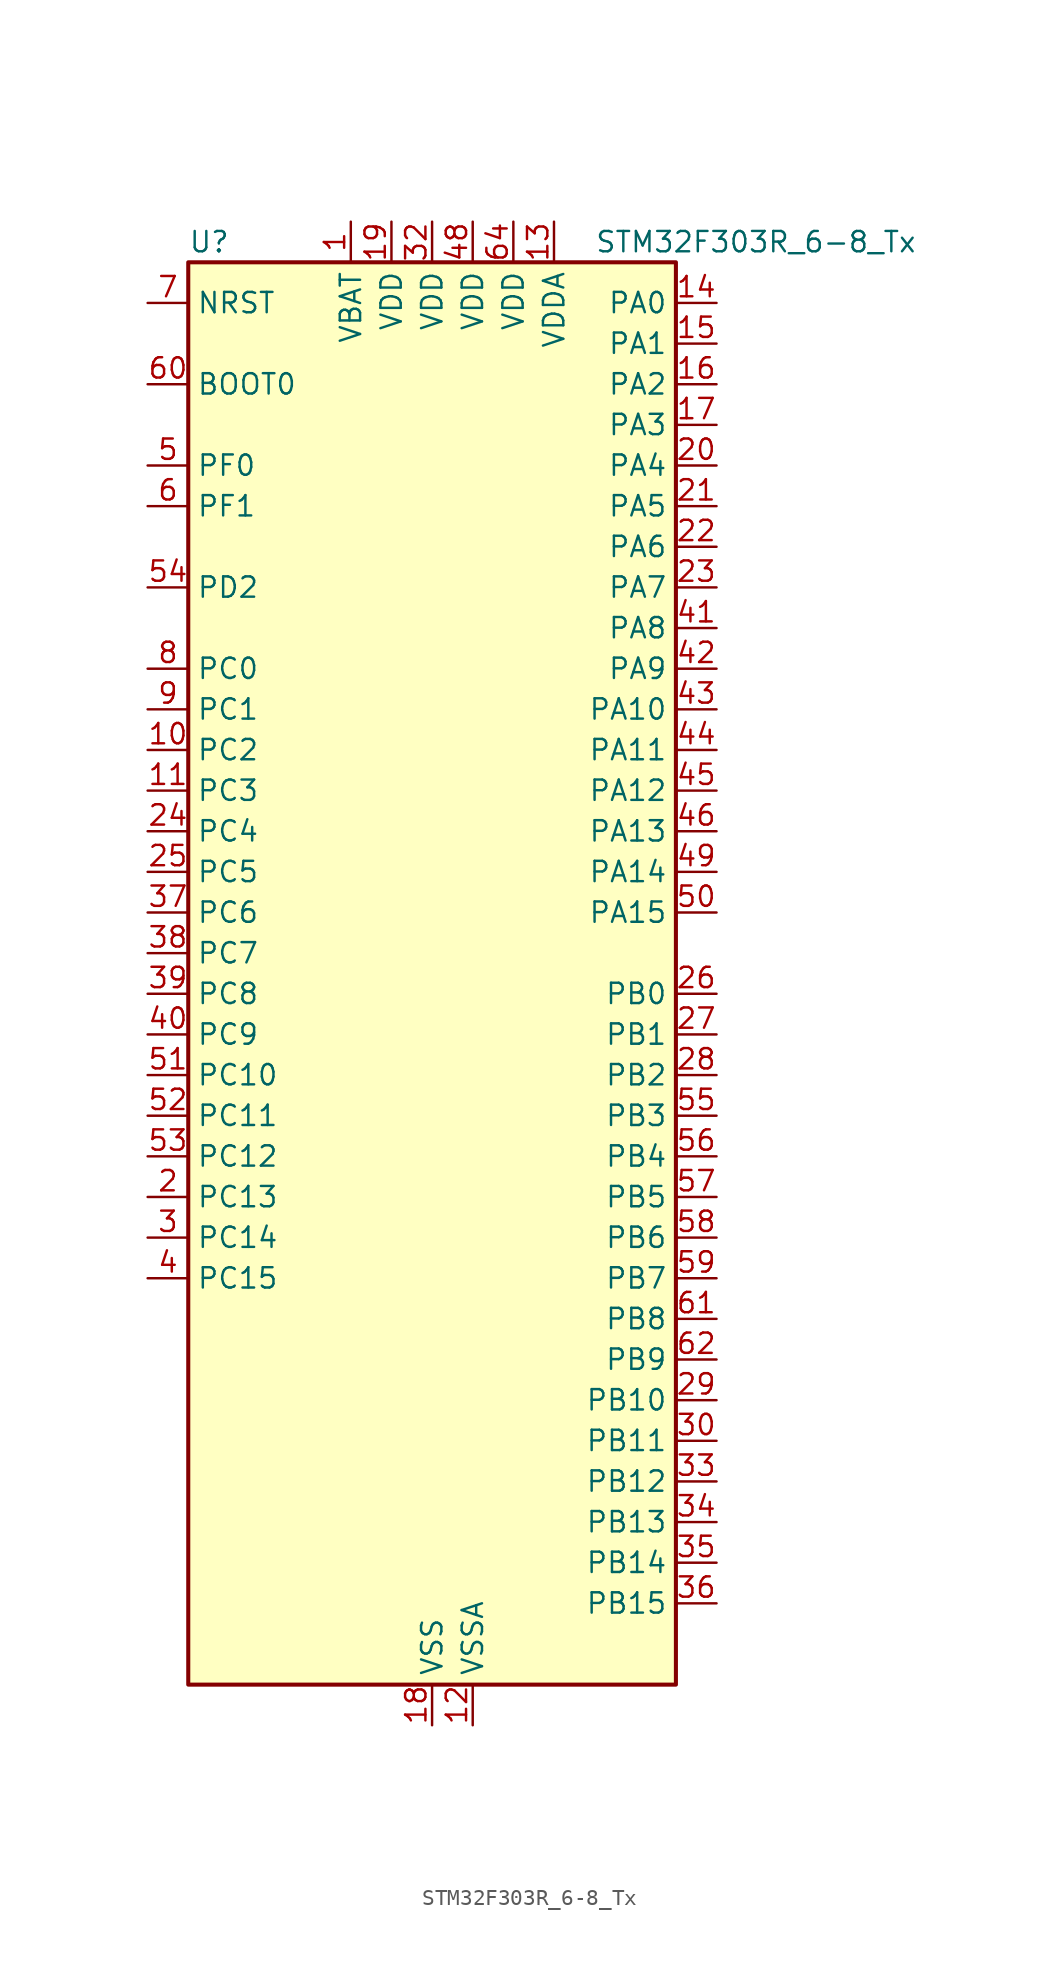
<source format=kicad_sym>
(kicad_symbol_lib
  (version 20231120)
  (generator "kicad_symbol_editor")
  (generator_version "8.0")
  (symbol "STM32F303R_6-8_Tx"
    (property "Reference" "U"
      (at -15.24 46.99 0)
      (effects (font (size 1.27 1.27)) (justify left)))
    (property "Value" "STM32F303R_6-8_Tx"
      (at 10.16 46.99 0)
      (effects (font (size 1.27 1.27)) (justify left)))
    (property "ki_locked" ""
      (at 0 0 0)
      (effects (font (size 1.27 1.27))))
    (symbol "STM32F303R_6-8_Tx_0_1"
      (rectangle (start -15.24 -43.18) (end 15.24 45.72) (stroke (width 0.254) (type default)) (fill (type background))))
    (symbol "STM32F303R_6-8_Tx_1_1"
      (pin power_in line (at -5.08 48.26 270) (length 2.54) (name "VBAT" (effects (font (size 1.27 1.27)))) (number "1" (effects (font (size 1.27 1.27)))))
      (pin bidirectional line (at -17.78 15.24 0) (length 2.54) (name "PC2" (effects (font (size 1.27 1.27)))) (number "10" (effects (font (size 1.27 1.27)))) (alternate "ADC1_IN8" bidirectional line) (alternate "ADC2_IN8" bidirectional line) (alternate "TIM1_CH3" bidirectional line))
      (pin bidirectional line (at -17.78 12.7 0) (length 2.54) (name "PC3" (effects (font (size 1.27 1.27)))) (number "11" (effects (font (size 1.27 1.27)))) (alternate "ADC1_IN9" bidirectional line) (alternate "ADC2_IN9" bidirectional line) (alternate "TIM1_BKIN2" bidirectional line) (alternate "TIM1_CH4" bidirectional line))
      (pin power_in line (at 2.54 -45.72 90) (length 2.54) (name "VSSA" (effects (font (size 1.27 1.27)))) (number "12" (effects (font (size 1.27 1.27)))))
      (pin power_in line (at 7.62 48.26 270) (length 2.54) (name "VDDA" (effects (font (size 1.27 1.27)))) (number "13" (effects (font (size 1.27 1.27)))))
      (pin bidirectional line (at 17.78 43.18 180) (length 2.54) (name "PA0" (effects (font (size 1.27 1.27)))) (number "14" (effects (font (size 1.27 1.27)))) (alternate "ADC1_IN1" bidirectional line) (alternate "RTC_TAMP2" bidirectional line) (alternate "SYS_WKUP1" bidirectional line) (alternate "TIM2_CH1" bidirectional line) (alternate "TIM2_ETR" bidirectional line) (alternate "TSC_G1_IO1" bidirectional line) (alternate "USART2_CTS" bidirectional line))
      (pin bidirectional line (at 17.78 40.64 180) (length 2.54) (name "PA1" (effects (font (size 1.27 1.27)))) (number "15" (effects (font (size 1.27 1.27)))) (alternate "ADC1_IN2" bidirectional line) (alternate "RTC_REFIN" bidirectional line) (alternate "TIM15_CH1N" bidirectional line) (alternate "TIM2_CH2" bidirectional line) (alternate "TSC_G1_IO2" bidirectional line) (alternate "USART2_DE" bidirectional line) (alternate "USART2_RTS" bidirectional line))
      (pin bidirectional line (at 17.78 38.1 180) (length 2.54) (name "PA2" (effects (font (size 1.27 1.27)))) (number "16" (effects (font (size 1.27 1.27)))) (alternate "ADC1_IN3" bidirectional line) (alternate "COMP2_INM" bidirectional line) (alternate "COMP2_OUT" bidirectional line) (alternate "TIM15_CH1" bidirectional line) (alternate "TIM2_CH3" bidirectional line) (alternate "TSC_G1_IO3" bidirectional line) (alternate "USART2_TX" bidirectional line))
      (pin bidirectional line (at 17.78 35.56 180) (length 2.54) (name "PA3" (effects (font (size 1.27 1.27)))) (number "17" (effects (font (size 1.27 1.27)))) (alternate "ADC1_IN4" bidirectional line) (alternate "TIM15_CH2" bidirectional line) (alternate "TIM2_CH4" bidirectional line) (alternate "TSC_G1_IO4" bidirectional line) (alternate "USART2_RX" bidirectional line))
      (pin power_in line (at 0 -45.72 90) (length 2.54) (name "VSS" (effects (font (size 1.27 1.27)))) (number "18" (effects (font (size 1.27 1.27)))))
      (pin power_in line (at -2.54 48.26 270) (length 2.54) (name "VDD" (effects (font (size 1.27 1.27)))) (number "19" (effects (font (size 1.27 1.27)))))
      (pin bidirectional line (at -17.78 -12.7 0) (length 2.54) (name "PC13" (effects (font (size 1.27 1.27)))) (number "2" (effects (font (size 1.27 1.27)))) (alternate "RTC_OUT_ALARM" bidirectional line) (alternate "RTC_OUT_CALIB" bidirectional line) (alternate "RTC_TAMP1" bidirectional line) (alternate "RTC_TS" bidirectional line) (alternate "SYS_WKUP2" bidirectional line) (alternate "TIM1_CH1N" bidirectional line))
      (pin bidirectional line (at 17.78 33.02 180) (length 2.54) (name "PA4" (effects (font (size 1.27 1.27)))) (number "20" (effects (font (size 1.27 1.27)))) (alternate "ADC2_IN1" bidirectional line) (alternate "COMP2_INM" bidirectional line) (alternate "COMP4_INM" bidirectional line) (alternate "COMP6_INM" bidirectional line) (alternate "DAC1_OUT1" bidirectional line) (alternate "SPI1_NSS" bidirectional line) (alternate "TIM3_CH2" bidirectional line) (alternate "TSC_G2_IO1" bidirectional line) (alternate "USART2_CK" bidirectional line))
      (pin bidirectional line (at 17.78 30.48 180) (length 2.54) (name "PA5" (effects (font (size 1.27 1.27)))) (number "21" (effects (font (size 1.27 1.27)))) (alternate "ADC2_IN2" bidirectional line) (alternate "DAC1_OUT2" bidirectional line) (alternate "OPAMP2_VINM" bidirectional line) (alternate "OPAMP2_VINM_SEC" bidirectional line) (alternate "SPI1_SCK" bidirectional line) (alternate "TIM2_CH1" bidirectional line) (alternate "TIM2_ETR" bidirectional line) (alternate "TSC_G2_IO2" bidirectional line))
      (pin bidirectional line (at 17.78 27.94 180) (length 2.54) (name "PA6" (effects (font (size 1.27 1.27)))) (number "22" (effects (font (size 1.27 1.27)))) (alternate "ADC2_IN3" bidirectional line) (alternate "DAC2_OUT1" bidirectional line) (alternate "OPAMP2_VOUT" bidirectional line) (alternate "SPI1_MISO" bidirectional line) (alternate "TIM16_CH1" bidirectional line) (alternate "TIM1_BKIN" bidirectional line) (alternate "TIM3_CH1" bidirectional line) (alternate "TSC_G2_IO3" bidirectional line))
      (pin bidirectional line (at 17.78 25.4 180) (length 2.54) (name "PA7" (effects (font (size 1.27 1.27)))) (number "23" (effects (font (size 1.27 1.27)))) (alternate "ADC2_IN4" bidirectional line) (alternate "COMP2_INP" bidirectional line) (alternate "OPAMP2_VINP" bidirectional line) (alternate "OPAMP2_VINP_SEC" bidirectional line) (alternate "SPI1_MOSI" bidirectional line) (alternate "TIM17_CH1" bidirectional line) (alternate "TIM1_CH1N" bidirectional line) (alternate "TIM3_CH2" bidirectional line) (alternate "TSC_G2_IO4" bidirectional line))
      (pin bidirectional line (at -17.78 10.16 0) (length 2.54) (name "PC4" (effects (font (size 1.27 1.27)))) (number "24" (effects (font (size 1.27 1.27)))) (alternate "ADC2_IN5" bidirectional line) (alternate "TIM1_ETR" bidirectional line) (alternate "USART1_TX" bidirectional line))
      (pin bidirectional line (at -17.78 7.62 0) (length 2.54) (name "PC5" (effects (font (size 1.27 1.27)))) (number "25" (effects (font (size 1.27 1.27)))) (alternate "ADC2_IN11" bidirectional line) (alternate "OPAMP2_VINM" bidirectional line) (alternate "OPAMP2_VINM_SEC" bidirectional line) (alternate "TIM15_BKIN" bidirectional line) (alternate "TSC_G3_IO1" bidirectional line) (alternate "USART1_RX" bidirectional line))
      (pin bidirectional line (at 17.78 0 180) (length 2.54) (name "PB0" (effects (font (size 1.27 1.27)))) (number "26" (effects (font (size 1.27 1.27)))) (alternate "ADC1_IN11" bidirectional line) (alternate "COMP4_INP" bidirectional line) (alternate "OPAMP2_VINP" bidirectional line) (alternate "OPAMP2_VINP_SEC" bidirectional line) (alternate "TIM1_CH2N" bidirectional line) (alternate "TIM3_CH3" bidirectional line) (alternate "TSC_G3_IO2" bidirectional line))
      (pin bidirectional line (at 17.78 -2.54 180) (length 2.54) (name "PB1" (effects (font (size 1.27 1.27)))) (number "27" (effects (font (size 1.27 1.27)))) (alternate "ADC1_IN12" bidirectional line) (alternate "COMP4_OUT" bidirectional line) (alternate "TIM1_CH3N" bidirectional line) (alternate "TIM3_CH4" bidirectional line) (alternate "TSC_G3_IO3" bidirectional line))
      (pin bidirectional line (at 17.78 -5.08 180) (length 2.54) (name "PB2" (effects (font (size 1.27 1.27)))) (number "28" (effects (font (size 1.27 1.27)))) (alternate "ADC2_IN12" bidirectional line) (alternate "COMP4_INM" bidirectional line) (alternate "TSC_G3_IO4" bidirectional line))
      (pin bidirectional line (at 17.78 -25.4 180) (length 2.54) (name "PB10" (effects (font (size 1.27 1.27)))) (number "29" (effects (font (size 1.27 1.27)))) (alternate "TIM2_CH3" bidirectional line) (alternate "TSC_SYNC" bidirectional line) (alternate "USART3_TX" bidirectional line))
      (pin bidirectional line (at -17.78 -15.24 0) (length 2.54) (name "PC14" (effects (font (size 1.27 1.27)))) (number "3" (effects (font (size 1.27 1.27)))) (alternate "RCC_OSC32_IN" bidirectional line))
      (pin bidirectional line (at 17.78 -27.94 180) (length 2.54) (name "PB11" (effects (font (size 1.27 1.27)))) (number "30" (effects (font (size 1.27 1.27)))) (alternate "COMP6_INP" bidirectional line) (alternate "TIM2_CH4" bidirectional line) (alternate "TSC_G6_IO1" bidirectional line) (alternate "USART3_RX" bidirectional line))
      (pin passive line (at 0 -45.72 90) (length 2.54) hide (name "VSS" (effects (font (size 1.27 1.27)))) (number "31" (effects (font (size 1.27 1.27)))))
      (pin power_in line (at 0 48.26 270) (length 2.54) (name "VDD" (effects (font (size 1.27 1.27)))) (number "32" (effects (font (size 1.27 1.27)))))
      (pin bidirectional line (at 17.78 -30.48 180) (length 2.54) (name "PB12" (effects (font (size 1.27 1.27)))) (number "33" (effects (font (size 1.27 1.27)))) (alternate "ADC2_IN13" bidirectional line) (alternate "TIM1_BKIN" bidirectional line) (alternate "TSC_G6_IO2" bidirectional line) (alternate "USART3_CK" bidirectional line))
      (pin bidirectional line (at 17.78 -33.02 180) (length 2.54) (name "PB13" (effects (font (size 1.27 1.27)))) (number "34" (effects (font (size 1.27 1.27)))) (alternate "ADC1_IN13" bidirectional line) (alternate "TIM1_CH1N" bidirectional line) (alternate "TSC_G6_IO3" bidirectional line) (alternate "USART3_CTS" bidirectional line))
      (pin bidirectional line (at 17.78 -35.56 180) (length 2.54) (name "PB14" (effects (font (size 1.27 1.27)))) (number "35" (effects (font (size 1.27 1.27)))) (alternate "ADC2_IN14" bidirectional line) (alternate "OPAMP2_VINP" bidirectional line) (alternate "OPAMP2_VINP_SEC" bidirectional line) (alternate "TIM15_CH1" bidirectional line) (alternate "TIM1_CH2N" bidirectional line) (alternate "TSC_G6_IO4" bidirectional line) (alternate "USART3_DE" bidirectional line) (alternate "USART3_RTS" bidirectional line))
      (pin bidirectional line (at 17.78 -38.1 180) (length 2.54) (name "PB15" (effects (font (size 1.27 1.27)))) (number "36" (effects (font (size 1.27 1.27)))) (alternate "ADC2_IN15" bidirectional line) (alternate "COMP6_INM" bidirectional line) (alternate "RTC_REFIN" bidirectional line) (alternate "TIM15_CH1N" bidirectional line) (alternate "TIM15_CH2" bidirectional line) (alternate "TIM1_CH3N" bidirectional line))
      (pin bidirectional line (at -17.78 5.08 0) (length 2.54) (name "PC6" (effects (font (size 1.27 1.27)))) (number "37" (effects (font (size 1.27 1.27)))) (alternate "COMP6_OUT" bidirectional line) (alternate "TIM3_CH1" bidirectional line))
      (pin bidirectional line (at -17.78 2.54 0) (length 2.54) (name "PC7" (effects (font (size 1.27 1.27)))) (number "38" (effects (font (size 1.27 1.27)))) (alternate "TIM3_CH2" bidirectional line))
      (pin bidirectional line (at -17.78 0 0) (length 2.54) (name "PC8" (effects (font (size 1.27 1.27)))) (number "39" (effects (font (size 1.27 1.27)))) (alternate "TIM3_CH3" bidirectional line))
      (pin bidirectional line (at -17.78 -17.78 0) (length 2.54) (name "PC15" (effects (font (size 1.27 1.27)))) (number "4" (effects (font (size 1.27 1.27)))) (alternate "RCC_OSC32_OUT" bidirectional line))
      (pin bidirectional line (at -17.78 -2.54 0) (length 2.54) (name "PC9" (effects (font (size 1.27 1.27)))) (number "40" (effects (font (size 1.27 1.27)))) (alternate "DAC1_EXTI9" bidirectional line) (alternate "DAC2_EXTI9" bidirectional line) (alternate "TIM3_CH4" bidirectional line))
      (pin bidirectional line (at 17.78 22.86 180) (length 2.54) (name "PA8" (effects (font (size 1.27 1.27)))) (number "41" (effects (font (size 1.27 1.27)))) (alternate "RCC_MCO" bidirectional line) (alternate "TIM1_CH1" bidirectional line) (alternate "USART1_CK" bidirectional line))
      (pin bidirectional line (at 17.78 20.32 180) (length 2.54) (name "PA9" (effects (font (size 1.27 1.27)))) (number "42" (effects (font (size 1.27 1.27)))) (alternate "DAC1_EXTI9" bidirectional line) (alternate "DAC2_EXTI9" bidirectional line) (alternate "TIM15_BKIN" bidirectional line) (alternate "TIM1_CH2" bidirectional line) (alternate "TIM2_CH3" bidirectional line) (alternate "TSC_G4_IO1" bidirectional line) (alternate "USART1_TX" bidirectional line))
      (pin bidirectional line (at 17.78 17.78 180) (length 2.54) (name "PA10" (effects (font (size 1.27 1.27)))) (number "43" (effects (font (size 1.27 1.27)))) (alternate "COMP6_OUT" bidirectional line) (alternate "TIM17_BKIN" bidirectional line) (alternate "TIM1_CH3" bidirectional line) (alternate "TIM2_CH4" bidirectional line) (alternate "TSC_G4_IO2" bidirectional line) (alternate "USART1_RX" bidirectional line))
      (pin bidirectional line (at 17.78 15.24 180) (length 2.54) (name "PA11" (effects (font (size 1.27 1.27)))) (number "44" (effects (font (size 1.27 1.27)))) (alternate "CAN_RX" bidirectional line) (alternate "TIM1_BKIN2" bidirectional line) (alternate "TIM1_CH1N" bidirectional line) (alternate "TIM1_CH4" bidirectional line) (alternate "USART1_CTS" bidirectional line))
      (pin bidirectional line (at 17.78 12.7 180) (length 2.54) (name "PA12" (effects (font (size 1.27 1.27)))) (number "45" (effects (font (size 1.27 1.27)))) (alternate "CAN_TX" bidirectional line) (alternate "COMP2_OUT" bidirectional line) (alternate "TIM16_CH1" bidirectional line) (alternate "TIM1_CH2N" bidirectional line) (alternate "TIM1_ETR" bidirectional line) (alternate "USART1_DE" bidirectional line) (alternate "USART1_RTS" bidirectional line))
      (pin bidirectional line (at 17.78 10.16 180) (length 2.54) (name "PA13" (effects (font (size 1.27 1.27)))) (number "46" (effects (font (size 1.27 1.27)))) (alternate "IR_OUT" bidirectional line) (alternate "SYS_JTMS-SWDIO" bidirectional line) (alternate "TIM16_CH1N" bidirectional line) (alternate "TSC_G4_IO3" bidirectional line) (alternate "USART3_CTS" bidirectional line))
      (pin passive line (at 0 -45.72 90) (length 2.54) hide (name "VSS" (effects (font (size 1.27 1.27)))) (number "47" (effects (font (size 1.27 1.27)))))
      (pin power_in line (at 2.54 48.26 270) (length 2.54) (name "VDD" (effects (font (size 1.27 1.27)))) (number "48" (effects (font (size 1.27 1.27)))))
      (pin bidirectional line (at 17.78 7.62 180) (length 2.54) (name "PA14" (effects (font (size 1.27 1.27)))) (number "49" (effects (font (size 1.27 1.27)))) (alternate "I2C1_SDA" bidirectional line) (alternate "SYS_JTCK-SWCLK" bidirectional line) (alternate "TIM1_BKIN" bidirectional line) (alternate "TSC_G4_IO4" bidirectional line) (alternate "USART2_TX" bidirectional line))
      (pin bidirectional line (at -17.78 33.02 0) (length 2.54) (name "PF0" (effects (font (size 1.27 1.27)))) (number "5" (effects (font (size 1.27 1.27)))) (alternate "RCC_OSC_IN" bidirectional line) (alternate "TIM1_CH3N" bidirectional line))
      (pin bidirectional line (at 17.78 5.08 180) (length 2.54) (name "PA15" (effects (font (size 1.27 1.27)))) (number "50" (effects (font (size 1.27 1.27)))) (alternate "I2C1_SCL" bidirectional line) (alternate "SPI1_NSS" bidirectional line) (alternate "SYS_JTDI" bidirectional line) (alternate "TIM1_BKIN" bidirectional line) (alternate "TIM2_CH1" bidirectional line) (alternate "TIM2_ETR" bidirectional line) (alternate "TSC_SYNC" bidirectional line) (alternate "USART2_RX" bidirectional line))
      (pin bidirectional line (at -17.78 -5.08 0) (length 2.54) (name "PC10" (effects (font (size 1.27 1.27)))) (number "51" (effects (font (size 1.27 1.27)))) (alternate "USART3_TX" bidirectional line))
      (pin bidirectional line (at -17.78 -7.62 0) (length 2.54) (name "PC11" (effects (font (size 1.27 1.27)))) (number "52" (effects (font (size 1.27 1.27)))) (alternate "USART3_RX" bidirectional line))
      (pin bidirectional line (at -17.78 -10.16 0) (length 2.54) (name "PC12" (effects (font (size 1.27 1.27)))) (number "53" (effects (font (size 1.27 1.27)))) (alternate "USART3_CK" bidirectional line))
      (pin bidirectional line (at -17.78 25.4 0) (length 2.54) (name "PD2" (effects (font (size 1.27 1.27)))) (number "54" (effects (font (size 1.27 1.27)))) (alternate "TIM3_ETR" bidirectional line))
      (pin bidirectional line (at 17.78 -7.62 180) (length 2.54) (name "PB3" (effects (font (size 1.27 1.27)))) (number "55" (effects (font (size 1.27 1.27)))) (alternate "SPI1_SCK" bidirectional line) (alternate "SYS_JTDO-TRACESWO" bidirectional line) (alternate "TIM2_CH2" bidirectional line) (alternate "TIM3_ETR" bidirectional line) (alternate "TSC_G5_IO1" bidirectional line) (alternate "USART2_TX" bidirectional line))
      (pin bidirectional line (at 17.78 -10.16 180) (length 2.54) (name "PB4" (effects (font (size 1.27 1.27)))) (number "56" (effects (font (size 1.27 1.27)))) (alternate "SPI1_MISO" bidirectional line) (alternate "SYS_NJTRST" bidirectional line) (alternate "TIM16_CH1" bidirectional line) (alternate "TIM17_BKIN" bidirectional line) (alternate "TIM3_CH1" bidirectional line) (alternate "TSC_G5_IO2" bidirectional line) (alternate "USART2_RX" bidirectional line))
      (pin bidirectional line (at 17.78 -12.7 180) (length 2.54) (name "PB5" (effects (font (size 1.27 1.27)))) (number "57" (effects (font (size 1.27 1.27)))) (alternate "I2C1_SMBA" bidirectional line) (alternate "SPI1_MOSI" bidirectional line) (alternate "TIM16_BKIN" bidirectional line) (alternate "TIM17_CH1" bidirectional line) (alternate "TIM3_CH2" bidirectional line) (alternate "USART2_CK" bidirectional line))
      (pin bidirectional line (at 17.78 -15.24 180) (length 2.54) (name "PB6" (effects (font (size 1.27 1.27)))) (number "58" (effects (font (size 1.27 1.27)))) (alternate "I2C1_SCL" bidirectional line) (alternate "TIM16_CH1N" bidirectional line) (alternate "TSC_G5_IO3" bidirectional line) (alternate "USART1_TX" bidirectional line))
      (pin bidirectional line (at 17.78 -17.78 180) (length 2.54) (name "PB7" (effects (font (size 1.27 1.27)))) (number "59" (effects (font (size 1.27 1.27)))) (alternate "I2C1_SDA" bidirectional line) (alternate "TIM17_CH1N" bidirectional line) (alternate "TIM3_CH4" bidirectional line) (alternate "TSC_G5_IO4" bidirectional line) (alternate "USART1_RX" bidirectional line))
      (pin bidirectional line (at -17.78 30.48 0) (length 2.54) (name "PF1" (effects (font (size 1.27 1.27)))) (number "6" (effects (font (size 1.27 1.27)))) (alternate "RCC_OSC_OUT" bidirectional line))
      (pin input line (at -17.78 38.1 0) (length 2.54) (name "BOOT0" (effects (font (size 1.27 1.27)))) (number "60" (effects (font (size 1.27 1.27)))))
      (pin bidirectional line (at 17.78 -20.32 180) (length 2.54) (name "PB8" (effects (font (size 1.27 1.27)))) (number "61" (effects (font (size 1.27 1.27)))) (alternate "CAN_RX" bidirectional line) (alternate "I2C1_SCL" bidirectional line) (alternate "TIM16_CH1" bidirectional line) (alternate "TIM1_BKIN" bidirectional line) (alternate "TSC_SYNC" bidirectional line) (alternate "USART3_RX" bidirectional line))
      (pin bidirectional line (at 17.78 -22.86 180) (length 2.54) (name "PB9" (effects (font (size 1.27 1.27)))) (number "62" (effects (font (size 1.27 1.27)))) (alternate "CAN_TX" bidirectional line) (alternate "COMP2_OUT" bidirectional line) (alternate "DAC1_EXTI9" bidirectional line) (alternate "DAC2_EXTI9" bidirectional line) (alternate "I2C1_SDA" bidirectional line) (alternate "IR_OUT" bidirectional line) (alternate "TIM17_CH1" bidirectional line) (alternate "USART3_TX" bidirectional line))
      (pin passive line (at 0 -45.72 90) (length 2.54) hide (name "VSS" (effects (font (size 1.27 1.27)))) (number "63" (effects (font (size 1.27 1.27)))))
      (pin power_in line (at 5.08 48.26 270) (length 2.54) (name "VDD" (effects (font (size 1.27 1.27)))) (number "64" (effects (font (size 1.27 1.27)))))
      (pin input line (at -17.78 43.18 0) (length 2.54) (name "NRST" (effects (font (size 1.27 1.27)))) (number "7" (effects (font (size 1.27 1.27)))))
      (pin bidirectional line (at -17.78 20.32 0) (length 2.54) (name "PC0" (effects (font (size 1.27 1.27)))) (number "8" (effects (font (size 1.27 1.27)))) (alternate "ADC1_IN6" bidirectional line) (alternate "ADC2_IN6" bidirectional line) (alternate "TIM1_CH1" bidirectional line))
      (pin bidirectional line (at -17.78 17.78 0) (length 2.54) (name "PC1" (effects (font (size 1.27 1.27)))) (number "9" (effects (font (size 1.27 1.27)))) (alternate "ADC1_IN7" bidirectional line) (alternate "ADC2_IN7" bidirectional line) (alternate "TIM1_CH2" bidirectional line)))))
</source>
